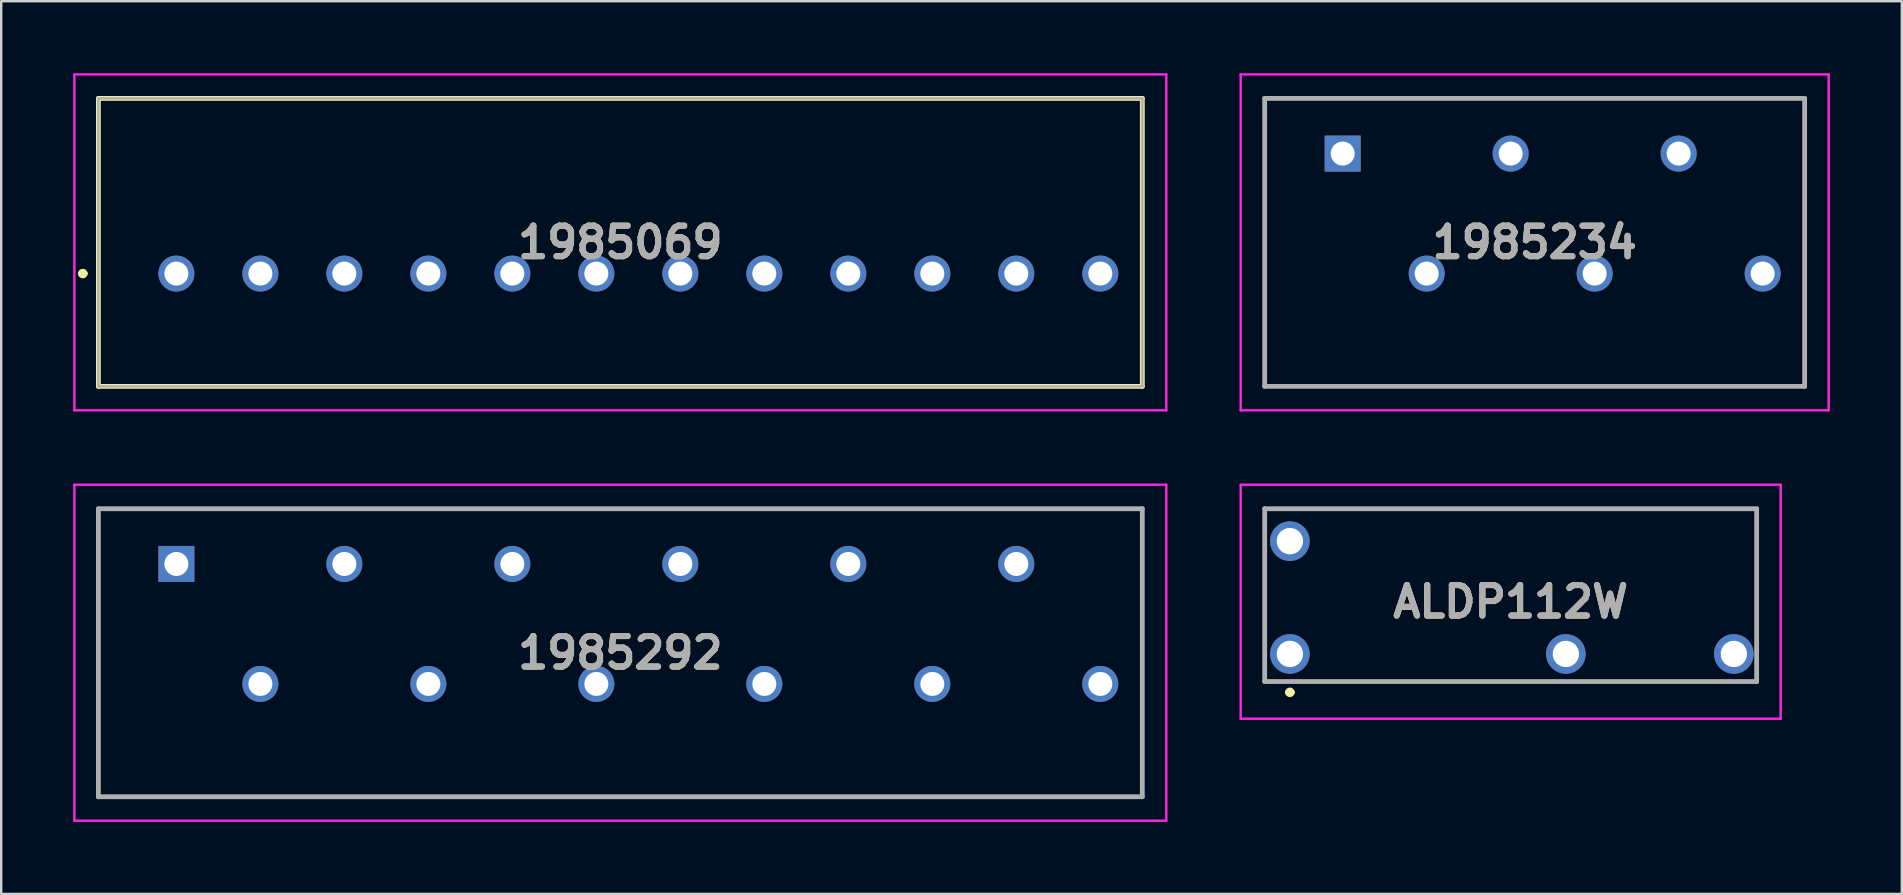
<source format=kicad_pcb>
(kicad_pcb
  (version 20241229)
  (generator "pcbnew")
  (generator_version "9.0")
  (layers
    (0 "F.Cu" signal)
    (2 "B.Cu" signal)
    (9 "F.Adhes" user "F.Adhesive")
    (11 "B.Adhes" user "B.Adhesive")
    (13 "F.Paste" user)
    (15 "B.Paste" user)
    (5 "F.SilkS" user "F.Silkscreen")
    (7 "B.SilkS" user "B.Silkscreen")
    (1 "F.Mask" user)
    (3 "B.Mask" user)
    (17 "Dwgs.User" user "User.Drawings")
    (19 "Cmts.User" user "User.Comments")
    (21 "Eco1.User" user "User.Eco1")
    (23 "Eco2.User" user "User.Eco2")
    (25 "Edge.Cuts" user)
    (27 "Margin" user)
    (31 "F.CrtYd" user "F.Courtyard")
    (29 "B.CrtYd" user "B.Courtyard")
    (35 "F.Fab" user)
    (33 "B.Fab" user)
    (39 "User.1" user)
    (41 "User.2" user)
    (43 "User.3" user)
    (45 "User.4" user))
  (footprint "1985292"
    (layer "F.Cu")
    (at 4.3 20.45)
    (property "Reference" "1985292" (at 18.5 3.7 0) (layer "F.SilkS") (effects (font (size 1.27 1.27) (thickness 0.254))))
    (attr through_hole)
    (fp_line (start -3.25 -2.3) (end 40.25 -2.3) (stroke (width 0.1) (type solid)) (layer "F.SilkS"))
    (fp_line (start -3.25 9.7) (end -3.25 -2.3) (stroke (width 0.1) (type solid)) (layer "F.SilkS"))
    (fp_line (start 40.25 -2.3) (end 40.25 9.7) (stroke (width 0.1) (type solid)) (layer "F.SilkS"))
    (fp_line (start 40.25 9.7) (end -3.25 9.7) (stroke (width 0.1) (type solid)) (layer "F.SilkS"))
    (fp_line (start -4.25 -3.3) (end 41.25 -3.3) (stroke (width 0.1) (type solid)) (layer "F.CrtYd"))
    (fp_line (start -4.25 10.7) (end -4.25 -3.3) (stroke (width 0.1) (type solid)) (layer "F.CrtYd"))
    (fp_line (start 41.25 -3.3) (end 41.25 10.7) (stroke (width 0.1) (type solid)) (layer "F.CrtYd"))
    (fp_line (start 41.25 10.7) (end -4.25 10.7) (stroke (width 0.1) (type solid)) (layer "F.CrtYd"))
    (fp_line (start -3.25 -2.3) (end 40.25 -2.3) (stroke (width 0.2) (type solid)) (layer "F.Fab"))
    (fp_line (start -3.25 9.7) (end -3.25 -2.3) (stroke (width 0.2) (type solid)) (layer "F.Fab"))
    (fp_line (start 40.25 -2.3) (end 40.25 9.7) (stroke (width 0.2) (type solid)) (layer "F.Fab"))
    (fp_line (start 40.25 9.7) (end -3.25 9.7) (stroke (width 0.2) (type solid)) (layer "F.Fab"))
    (fp_text user "${REFERENCE}" (at 18.5 3.7 0) (layer "F.Fab") (effects (font (size 1.27 1.27) (thickness 0.254))))
    (pad "1" thru_hole rect (at 0 0) (size 1.5 1.5) (drill 1) (layers "*.Cu" "*.Mask"))
    (pad "2" thru_hole circle (at 3.5 5) (size 1.5 1.5) (drill 1) (layers "*.Cu" "*.Mask"))
    (pad "3" thru_hole circle (at 7 0) (size 1.5 1.5) (drill 1) (layers "*.Cu" "*.Mask"))
    (pad "4" thru_hole circle (at 10.5 5) (size 1.5 1.5) (drill 1) (layers "*.Cu" "*.Mask"))
    (pad "5" thru_hole circle (at 14 0) (size 1.5 1.5) (drill 1) (layers "*.Cu" "*.Mask"))
    (pad "6" thru_hole circle (at 17.5 5) (size 1.5 1.5) (drill 1) (layers "*.Cu" "*.Mask"))
    (pad "7" thru_hole circle (at 21 0) (size 1.5 1.5) (drill 1) (layers "*.Cu" "*.Mask"))
    (pad "8" thru_hole circle (at 24.5 5) (size 1.5 1.5) (drill 1) (layers "*.Cu" "*.Mask"))
    (pad "9" thru_hole circle (at 28 0) (size 1.5 1.5) (drill 1) (layers "*.Cu" "*.Mask"))
    (pad "10" thru_hole circle (at 31.5 5) (size 1.5 1.5) (drill 1) (layers "*.Cu" "*.Mask"))
    (pad "11" thru_hole circle (at 35 0) (size 1.5 1.5) (drill 1) (layers "*.Cu" "*.Mask"))
    (pad "12" thru_hole circle (at 38.5 5) (size 1.5 1.5) (drill 1) (layers "*.Cu" "*.Mask")))
  (footprint "1985234"
    (layer "F.Cu")
    (at 52.9 3.35)
    (property "Reference" "1985234" (at 8 3.7 0) (layer "F.SilkS") (effects (font (size 1.27 1.27) (thickness 0.254))))
    (attr through_hole)
    (fp_line (start -3.25 -2.3) (end -3.25 9.7) (stroke (width 0.1) (type solid)) (layer "F.SilkS"))
    (fp_line (start -3.25 9.7) (end 19.25 9.7) (stroke (width 0.1) (type solid)) (layer "F.SilkS"))
    (fp_line (start 19.25 -2.3) (end -3.25 -2.3) (stroke (width 0.1) (type solid)) (layer "F.SilkS"))
    (fp_line (start 19.25 9.7) (end 19.25 -2.3) (stroke (width 0.1) (type solid)) (layer "F.SilkS"))
    (fp_line (start -4.25 -3.3) (end 20.25 -3.3) (stroke (width 0.1) (type solid)) (layer "F.CrtYd"))
    (fp_line (start -4.25 10.7) (end -4.25 -3.3) (stroke (width 0.1) (type solid)) (layer "F.CrtYd"))
    (fp_line (start 20.25 -3.3) (end 20.25 10.7) (stroke (width 0.1) (type solid)) (layer "F.CrtYd"))
    (fp_line (start 20.25 10.7) (end -4.25 10.7) (stroke (width 0.1) (type solid)) (layer "F.CrtYd"))
    (fp_line (start -3.25 -2.3) (end -3.25 9.7) (stroke (width 0.2) (type solid)) (layer "F.Fab"))
    (fp_line (start -3.25 9.7) (end 19.25 9.7) (stroke (width 0.2) (type solid)) (layer "F.Fab"))
    (fp_line (start 19.25 -2.3) (end -3.25 -2.3) (stroke (width 0.2) (type solid)) (layer "F.Fab"))
    (fp_line (start 19.25 9.7) (end 19.25 -2.3) (stroke (width 0.2) (type solid)) (layer "F.Fab"))
    (fp_text user "${REFERENCE}" (at 8 3.7 0) (layer "F.Fab") (effects (font (size 1.27 1.27) (thickness 0.254))))
    (pad "1" thru_hole rect (at 0 0) (size 1.5 1.5) (drill 1) (layers "*.Cu" "*.Mask"))
    (pad "2" thru_hole circle (at 3.5 5) (size 1.5 1.5) (drill 1) (layers "*.Cu" "*.Mask"))
    (pad "3" thru_hole circle (at 7 0) (size 1.5 1.5) (drill 1) (layers "*.Cu" "*.Mask"))
    (pad "4" thru_hole circle (at 10.5 5) (size 1.5 1.5) (drill 1) (layers "*.Cu" "*.Mask"))
    (pad "5" thru_hole circle (at 14 0) (size 1.5 1.5) (drill 1) (layers "*.Cu" "*.Mask"))
    (pad "6" thru_hole circle (at 17.5 5) (size 1.5 1.5) (drill 1) (layers "*.Cu" "*.Mask")))
  (footprint "1985069"
    (layer "F.Cu")
    (at 4.3 8.35)
    (property "Reference" "1985069" (at 18.5 -1.3 0) (layer "F.SilkS") (effects (font (size 1.27 1.27) (thickness 0.254))))
    (attr through_hole)
    (fp_line (start -4 0) (end -4 0) (stroke (width 0.2) (type solid)) (layer "F.SilkS"))
    (fp_line (start -3.8 0) (end -3.8 0) (stroke (width 0.2) (type solid)) (layer "F.SilkS"))
    (fp_line (start -3.25 -7.3) (end 40.25 -7.3) (stroke (width 0.2) (type solid)) (layer "F.SilkS"))
    (fp_line (start -3.25 4.7) (end -3.25 -7.3) (stroke (width 0.2) (type solid)) (layer "F.SilkS"))
    (fp_line (start 40.25 -7.3) (end 40.25 4.7) (stroke (width 0.2) (type solid)) (layer "F.SilkS"))
    (fp_line (start 40.25 4.7) (end -3.25 4.7) (stroke (width 0.2) (type solid)) (layer "F.SilkS"))
    (fp_arc (start -4 0) (mid -3.9 -0.1) (end -3.8 0) (stroke (width 0.2) (type solid)) (layer "F.SilkS"))
    (fp_arc (start -3.8 0) (mid -3.9 0.1) (end -4 0) (stroke (width 0.2) (type solid)) (layer "F.SilkS"))
    (fp_line (start -4.25 -8.3) (end 41.25 -8.3) (stroke (width 0.1) (type solid)) (layer "F.CrtYd"))
    (fp_line (start -4.25 5.7) (end -4.25 -8.3) (stroke (width 0.1) (type solid)) (layer "F.CrtYd"))
    (fp_line (start 41.25 -8.3) (end 41.25 5.7) (stroke (width 0.1) (type solid)) (layer "F.CrtYd"))
    (fp_line (start 41.25 5.7) (end -4.25 5.7) (stroke (width 0.1) (type solid)) (layer "F.CrtYd"))
    (fp_line (start -3.25 -7.3) (end 40.25 -7.3) (stroke (width 0.1) (type solid)) (layer "F.Fab"))
    (fp_line (start -3.25 4.7) (end -3.25 -7.3) (stroke (width 0.1) (type solid)) (layer "F.Fab"))
    (fp_line (start 40.25 -7.3) (end 40.25 4.7) (stroke (width 0.1) (type solid)) (layer "F.Fab"))
    (fp_line (start 40.25 4.7) (end -3.25 4.7) (stroke (width 0.1) (type solid)) (layer "F.Fab"))
    (fp_text user "${REFERENCE}" (at 18.5 -1.3 0) (layer "F.Fab") (effects (font (size 1.27 1.27) (thickness 0.254))))
    (pad "1" thru_hole circle (at 0 0) (size 1.5 1.5) (drill 1) (layers "*.Cu" "*.Mask"))
    (pad "2" thru_hole circle (at 3.5 0) (size 1.5 1.5) (drill 1) (layers "*.Cu" "*.Mask"))
    (pad "3" thru_hole circle (at 7 0) (size 1.5 1.5) (drill 1) (layers "*.Cu" "*.Mask"))
    (pad "4" thru_hole circle (at 10.5 0) (size 1.5 1.5) (drill 1) (layers "*.Cu" "*.Mask"))
    (pad "5" thru_hole circle (at 14 0) (size 1.5 1.5) (drill 1) (layers "*.Cu" "*.Mask"))
    (pad "6" thru_hole circle (at 17.5 0) (size 1.5 1.5) (drill 1) (layers "*.Cu" "*.Mask"))
    (pad "7" thru_hole circle (at 21 0) (size 1.5 1.5) (drill 1) (layers "*.Cu" "*.Mask"))
    (pad "8" thru_hole circle (at 24.5 0) (size 1.5 1.5) (drill 1) (layers "*.Cu" "*.Mask"))
    (pad "9" thru_hole circle (at 28 0) (size 1.5 1.5) (drill 1) (layers "*.Cu" "*.Mask"))
    (pad "10" thru_hole circle (at 31.5 0) (size 1.5 1.5) (drill 1) (layers "*.Cu" "*.Mask"))
    (pad "11" thru_hole circle (at 35 0) (size 1.5 1.5) (drill 1) (layers "*.Cu" "*.Mask"))
    (pad "12" thru_hole circle (at 38.5 0) (size 1.5 1.5) (drill 1) (layers "*.Cu" "*.Mask")))
  (footprint "ALDP112W"
    (layer "F.Cu")
    (at 50.7 24.2)
    (property "Reference" "ALDP112W" (at 9.2 -2.175 0) (layer "F.SilkS") (effects (font (size 1.27 1.27) (thickness 0.254))))
    (attr through_hole)
    (fp_line (start -1.05 -6.05) (end 19.45 -6.05) (stroke (width 0.1) (type solid)) (layer "F.SilkS"))
    (fp_line (start -1.05 1.15) (end -1.05 -6.05) (stroke (width 0.1) (type solid)) (layer "F.SilkS"))
    (fp_line (start -0.1 1.6) (end -0.1 1.6) (stroke (width 0.2) (type solid)) (layer "F.SilkS"))
    (fp_line (start 0.1 1.6) (end 0.1 1.6) (stroke (width 0.2) (type solid)) (layer "F.SilkS"))
    (fp_line (start 19.45 -6.05) (end 19.45 1.15) (stroke (width 0.1) (type solid)) (layer "F.SilkS"))
    (fp_line (start 19.45 1.15) (end -1.05 1.15) (stroke (width 0.1) (type solid)) (layer "F.SilkS"))
    (fp_arc (start -0.1 1.6) (mid 0 1.5) (end 0.1 1.6) (stroke (width 0.2) (type solid)) (layer "F.SilkS"))
    (fp_arc (start 0.1 1.6) (mid 0 1.7) (end -0.1 1.6) (stroke (width 0.2) (type solid)) (layer "F.SilkS"))
    (fp_line (start -2.05 -7.05) (end 20.45 -7.05) (stroke (width 0.1) (type solid)) (layer "F.CrtYd"))
    (fp_line (start -2.05 2.7) (end -2.05 -7.05) (stroke (width 0.1) (type solid)) (layer "F.CrtYd"))
    (fp_line (start 20.45 -7.05) (end 20.45 2.7) (stroke (width 0.1) (type solid)) (layer "F.CrtYd"))
    (fp_line (start 20.45 2.7) (end -2.05 2.7) (stroke (width 0.1) (type solid)) (layer "F.CrtYd"))
    (fp_line (start -1.05 -6.05) (end 19.45 -6.05) (stroke (width 0.2) (type solid)) (layer "F.Fab"))
    (fp_line (start -1.05 1.15) (end -1.05 -6.05) (stroke (width 0.2) (type solid)) (layer "F.Fab"))
    (fp_line (start 19.45 -6.05) (end 19.45 1.15) (stroke (width 0.2) (type solid)) (layer "F.Fab"))
    (fp_line (start 19.45 1.15) (end -1.05 1.15) (stroke (width 0.2) (type solid)) (layer "F.Fab"))
    (fp_text user "${REFERENCE}" (at 9.2 -2.175 0) (layer "F.Fab") (effects (font (size 1.27 1.27) (thickness 0.254))))
    (pad "1" thru_hole circle (at 0 0) (size 1.65 1.65) (drill 1.1) (layers "*.Cu" "*.Mask"))
    (pad "2" thru_hole circle (at 11.5 0) (size 1.65 1.65) (drill 1.1) (layers "*.Cu" "*.Mask"))
    (pad "3" thru_hole circle (at 18.5 0) (size 1.65 1.65) (drill 1.1) (layers "*.Cu" "*.Mask"))
    (pad "4" thru_hole circle (at 0 -4.7) (size 1.65 1.65) (drill 1.1) (layers "*.Cu" "*.Mask")))
  (gr_rect
    (start -3 -3)
    (end 76.2 34.2)
    (stroke (width 0.1) (type default))
    (fill no)
    (layer "Edge.Cuts")))
</source>
